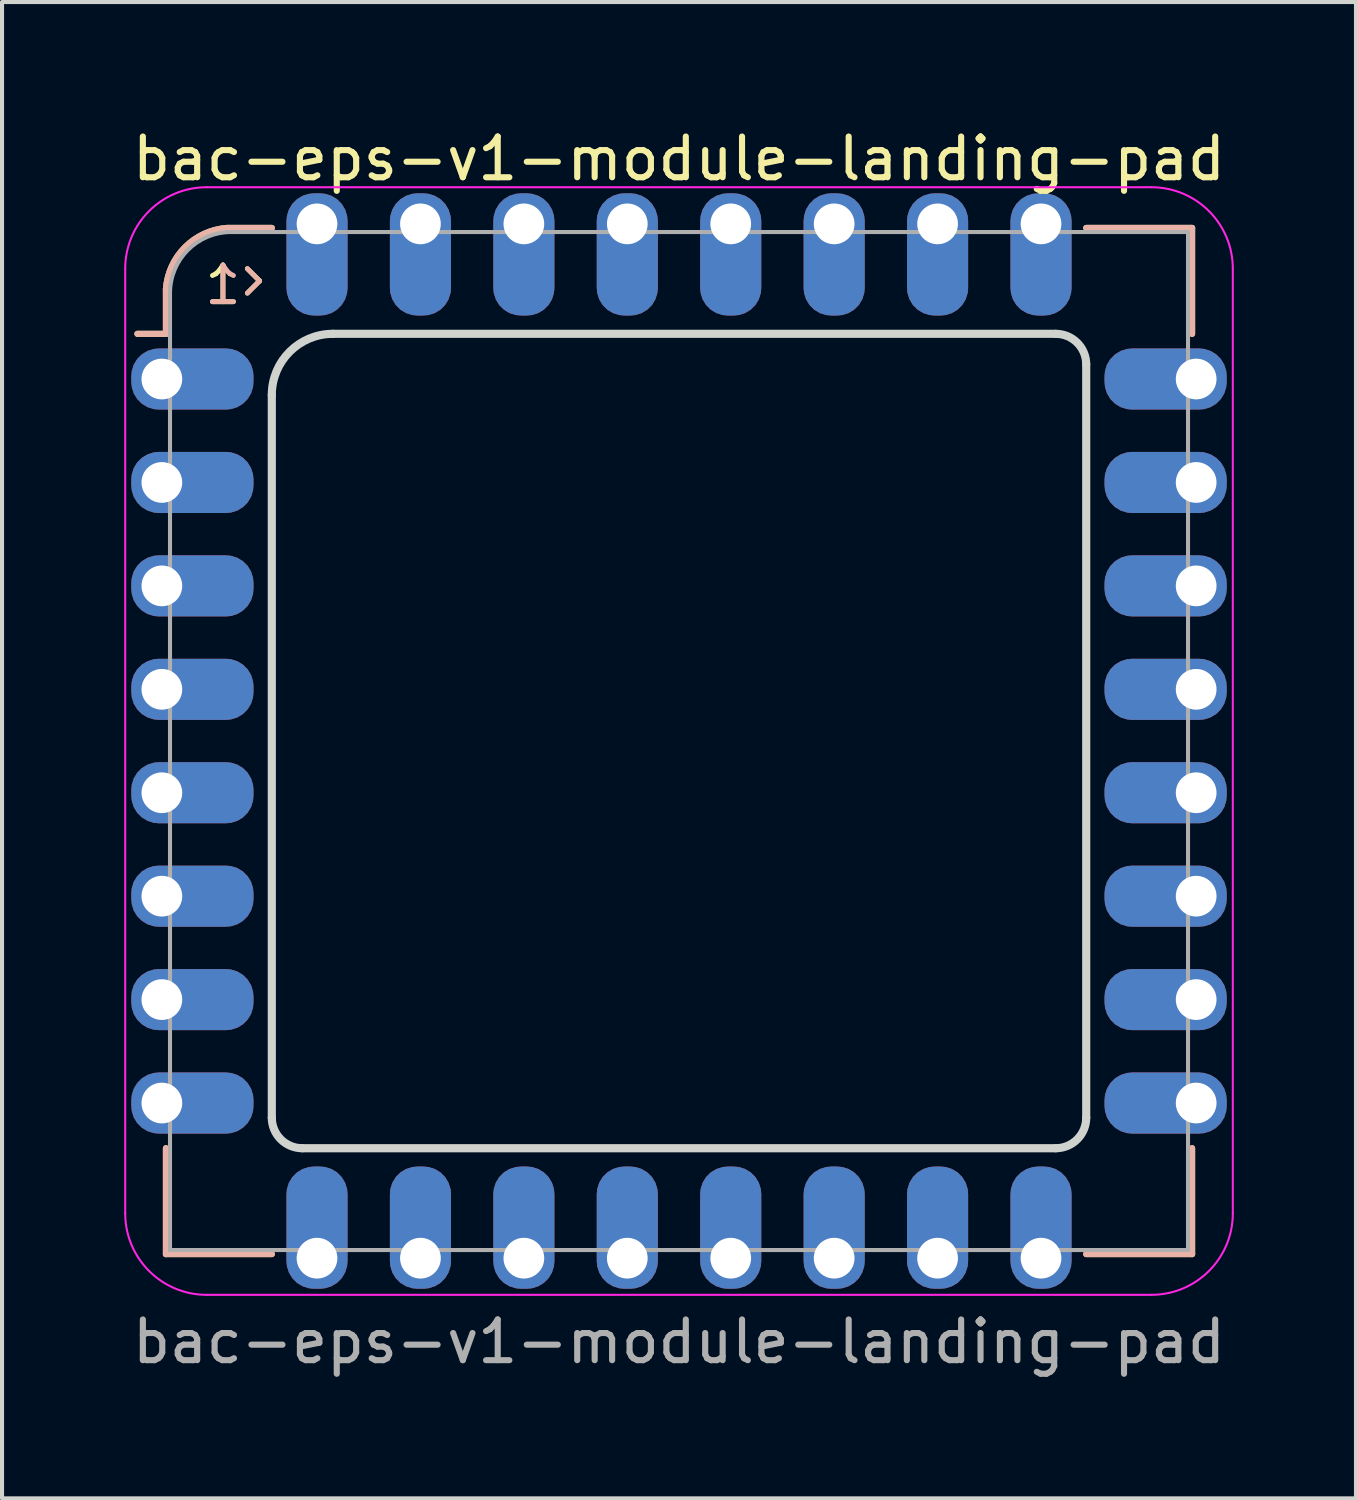
<source format=kicad_pcb>
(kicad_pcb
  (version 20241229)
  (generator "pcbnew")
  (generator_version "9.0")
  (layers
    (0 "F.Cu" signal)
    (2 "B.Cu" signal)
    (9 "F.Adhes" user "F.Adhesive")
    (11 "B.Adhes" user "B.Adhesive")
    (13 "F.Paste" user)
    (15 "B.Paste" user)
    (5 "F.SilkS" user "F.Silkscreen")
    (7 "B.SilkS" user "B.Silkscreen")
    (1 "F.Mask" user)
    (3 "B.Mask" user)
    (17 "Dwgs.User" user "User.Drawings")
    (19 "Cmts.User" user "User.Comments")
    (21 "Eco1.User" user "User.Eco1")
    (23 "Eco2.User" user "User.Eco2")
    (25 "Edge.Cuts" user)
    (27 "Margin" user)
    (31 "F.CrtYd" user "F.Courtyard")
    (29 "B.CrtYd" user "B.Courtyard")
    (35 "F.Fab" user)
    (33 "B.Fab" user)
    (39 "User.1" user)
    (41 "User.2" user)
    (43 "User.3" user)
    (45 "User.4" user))
  (footprint "bac-eps-v1-module-landing-pad"
    (layer "F.Cu")
    (at 13.625 15.148)
    (property "Reference" "bac-eps-v1-module-landing-pad" (at 0 -14.3 0) (unlocked yes) (layer "F.SilkS") (effects (font (size 1 1) (thickness 0.15))))
    (attr through_hole exclude_from_pos_files exclude_from_bom)
    (fp_line (start -12.6 -10) (end -13.3 -10) (stroke (width 0.15) (type solid)) (layer "F.SilkS"))
    (fp_line (start -12.6 -10) (end -12.6 -11.1) (stroke (width 0.15) (type solid)) (layer "F.SilkS"))
    (fp_line (start -12.6 12.6) (end -12.6 10) (stroke (width 0.15) (type solid)) (layer "F.SilkS"))
    (fp_line (start -11.1 -12.6) (end -10 -12.6) (stroke (width 0.15) (type solid)) (layer "F.SilkS"))
    (fp_line (start -10.6 -11) (end -10.3 -11.3) (stroke (width 0.12) (type solid)) (layer "F.SilkS"))
    (fp_line (start -10.3 -11.3) (end -10.6 -11.6) (stroke (width 0.12) (type solid)) (layer "F.SilkS"))
    (fp_line (start -10 12.6) (end -12.6 12.6) (stroke (width 0.15) (type solid)) (layer "F.SilkS"))
    (fp_line (start 10 -12.6) (end 12.6 -12.6) (stroke (width 0.15) (type solid)) (layer "F.SilkS"))
    (fp_line (start 12.6 -12.6) (end 12.6 -10) (stroke (width 0.15) (type solid)) (layer "F.SilkS"))
    (fp_line (start 12.6 10) (end 12.6 12.6) (stroke (width 0.15) (type solid)) (layer "F.SilkS"))
    (fp_line (start 12.6 12.6) (end 10 12.6) (stroke (width 0.15) (type solid)) (layer "F.SilkS"))
    (fp_arc (start -12.6 -11.1) (mid -12.129432 -12.129432) (end -11.1 -12.6) (stroke (width 0.15) (type solid)) (layer "F.SilkS"))
    (fp_line (start -12.6 -11.1) (end -12.6 -10) (stroke (width 0.15) (type solid)) (layer "B.SilkS"))
    (fp_line (start -12.6 -10) (end -13.3 -10) (stroke (width 0.15) (type solid)) (layer "B.SilkS"))
    (fp_line (start -12.6 10) (end -12.6 12.6) (stroke (width 0.15) (type solid)) (layer "B.SilkS"))
    (fp_line (start -11.1 -12.6) (end -10 -12.6) (stroke (width 0.15) (type solid)) (layer "B.SilkS"))
    (fp_line (start -10.6 -11) (end -10.3 -11.3) (stroke (width 0.12) (type solid)) (layer "B.SilkS"))
    (fp_line (start -10.3 -11.3) (end -10.6 -11.6) (stroke (width 0.12) (type solid)) (layer "B.SilkS"))
    (fp_line (start -10 12.6) (end -12.6 12.6) (stroke (width 0.15) (type solid)) (layer "B.SilkS"))
    (fp_line (start 10 -12.6) (end 12.6 -12.6) (stroke (width 0.15) (type solid)) (layer "B.SilkS"))
    (fp_line (start 12.6 -10) (end 12.6 -12.6) (stroke (width 0.15) (type solid)) (layer "B.SilkS"))
    (fp_line (start 12.6 12.6) (end 10 12.6) (stroke (width 0.15) (type solid)) (layer "B.SilkS"))
    (fp_line (start 12.6 12.6) (end 12.6 10) (stroke (width 0.15) (type solid)) (layer "B.SilkS"))
    (fp_arc (start -12.6 -11.1) (mid -12.129432 -12.129432) (end -11.1 -12.6) (stroke (width 0.15) (type solid)) (layer "B.SilkS"))
    (fp_line (start -10 9.25) (end -10 -8.5) (stroke (width 0.2) (type default)) (layer "Edge.Cuts"))
    (fp_line (start -8.5 -10) (end 9.25 -10) (stroke (width 0.2) (type default)) (layer "Edge.Cuts"))
    (fp_line (start 9.25 10) (end -9.25 10) (stroke (width 0.2) (type default)) (layer "Edge.Cuts"))
    (fp_line (start 10 -9.25) (end 10 9.25) (stroke (width 0.2) (type default)) (layer "Edge.Cuts"))
    (fp_arc (start -10 -8.5) (mid -9.56066 -9.56066) (end -8.5 -10) (stroke (width 0.2) (type default)) (layer "Edge.Cuts"))
    (fp_arc (start -9.25 10) (mid -9.78033 9.78033) (end -10 9.25) (stroke (width 0.2) (type default)) (layer "Edge.Cuts"))
    (fp_arc (start 9.25 -10) (mid 9.78033 -9.78033) (end 10 -9.25) (stroke (width 0.2) (type default)) (layer "Edge.Cuts"))
    (fp_arc (start 10 9.25) (mid 9.78033 9.78033) (end 9.25 10) (stroke (width 0.2) (type default)) (layer "Edge.Cuts"))
    (fp_line (start -13.6 11.6) (end -13.6 -11.6) (stroke (width 0.05) (type default)) (layer "F.CrtYd"))
    (fp_line (start -11.6 -13.6) (end 11.6 -13.6) (stroke (width 0.05) (type default)) (layer "F.CrtYd"))
    (fp_line (start 11.6 13.6) (end -11.6 13.6) (stroke (width 0.05) (type default)) (layer "F.CrtYd"))
    (fp_line (start 13.6 -11.6) (end 13.6 11.6) (stroke (width 0.05) (type default)) (layer "F.CrtYd"))
    (fp_arc (start -13.6 -11.6) (mid -13.014214 -13.014214) (end -11.6 -13.6) (stroke (width 0.05) (type default)) (layer "F.CrtYd"))
    (fp_arc (start -11.6 13.6) (mid -13.014214 13.014214) (end -13.6 11.6) (stroke (width 0.05) (type default)) (layer "F.CrtYd"))
    (fp_arc (start 11.6 -13.6) (mid 13.014214 -13.014214) (end 13.6 -11.6) (stroke (width 0.05) (type default)) (layer "F.CrtYd"))
    (fp_arc (start 13.6 11.6) (mid 13.014214 13.014214) (end 11.6 13.6) (stroke (width 0.05) (type default)) (layer "F.CrtYd"))
    (fp_line (start -12.5 12.5) (end -12.5 -11) (stroke (width 0.1) (type solid)) (layer "F.Fab"))
    (fp_line (start -11 -12.5) (end 12.5 -12.5) (stroke (width 0.1) (type solid)) (layer "F.Fab"))
    (fp_line (start 12.5 -12.5) (end 12.5 12.5) (stroke (width 0.1) (type solid)) (layer "F.Fab"))
    (fp_line (start 12.5 12.5) (end -12.5 12.5) (stroke (width 0.1) (type solid)) (layer "F.Fab"))
    (fp_arc (start -12.500003 -11.000003) (mid -12.060661 -12.060662) (end -11 -12.5) (stroke (width 0.1) (type solid)) (layer "F.Fab"))
    (fp_text user "1" (at -11.2 -11.2 0) (unlocked yes) (layer "F.SilkS") (effects (font (size 0.9 0.9) (thickness 0.12))))
    (fp_text user "1" (at -11.2 -11.2 0) (unlocked yes) (layer "B.SilkS") (effects (font (size 0.9 0.9) (thickness 0.12)) (justify mirror)))
    (fp_text user "${REFERENCE}" (at 0 14.75 0) (unlocked yes) (layer "F.Fab") (effects (font (size 1 1) (thickness 0.15))))
    (pad "1" thru_hole roundrect (at -8.89 -12.7 270) (size 3 1.5) (drill 1 (offset 0.75 0)) (layers "*.Cu" "*.Mask") (roundrect_rratio 0.45))
    (pad "2" thru_hole roundrect (at -6.35 -12.7 270) (size 3 1.5) (drill 1 (offset 0.75 0)) (layers "*.Cu" "*.Mask") (roundrect_rratio 0.45))
    (pad "3" thru_hole roundrect (at -3.81 -12.7 270) (size 3 1.5) (drill 1 (offset 0.75 0)) (layers "*.Cu" "*.Mask") (roundrect_rratio 0.45))
    (pad "4" thru_hole roundrect (at -1.27 -12.7 270) (size 3 1.5) (drill 1 (offset 0.75 0)) (layers "*.Cu" "*.Mask") (roundrect_rratio 0.45))
    (pad "5" thru_hole roundrect (at 1.27 -12.7 270) (size 3 1.5) (drill 1 (offset 0.75 0)) (layers "*.Cu" "*.Mask") (roundrect_rratio 0.45))
    (pad "6" thru_hole roundrect (at 3.81 -12.7 270) (size 3 1.5) (drill 1 (offset 0.75 0)) (layers "*.Cu" "*.Mask") (roundrect_rratio 0.45))
    (pad "7" thru_hole roundrect (at 6.35 -12.7 270) (size 3 1.5) (drill 1 (offset 0.75 0)) (layers "*.Cu" "*.Mask") (roundrect_rratio 0.45))
    (pad "8" thru_hole roundrect (at 8.89 -12.7 270) (size 3 1.5) (drill 1 (offset 0.75 0)) (layers "*.Cu" "*.Mask") (roundrect_rratio 0.45))
    (pad "9" thru_hole roundrect (at 12.7 -8.89 180) (size 3 1.5) (drill 1 (offset 0.75 0)) (layers "*.Cu" "*.Mask") (roundrect_rratio 0.45))
    (pad "10" thru_hole roundrect (at 12.7 -6.35 180) (size 3 1.5) (drill 1 (offset 0.75 0)) (layers "*.Cu" "*.Mask") (roundrect_rratio 0.45))
    (pad "11" thru_hole roundrect (at 12.7 -3.81 180) (size 3 1.5) (drill 1 (offset 0.75 0)) (layers "*.Cu" "*.Mask") (roundrect_rratio 0.45))
    (pad "12" thru_hole roundrect (at 12.7 -1.27 180) (size 3 1.5) (drill 1 (offset 0.75 0)) (layers "*.Cu" "*.Mask") (roundrect_rratio 0.45))
    (pad "13" thru_hole roundrect (at 12.7 1.27 180) (size 3 1.5) (drill 1 (offset 0.75 0)) (layers "*.Cu" "*.Mask") (roundrect_rratio 0.45))
    (pad "14" thru_hole roundrect (at 12.7 3.81 180) (size 3 1.5) (drill 1 (offset 0.75 0)) (layers "*.Cu" "*.Mask") (roundrect_rratio 0.45))
    (pad "15" thru_hole roundrect (at 12.7 6.35 180) (size 3 1.5) (drill 1 (offset 0.75 0)) (layers "*.Cu" "*.Mask") (roundrect_rratio 0.45))
    (pad "16" thru_hole roundrect (at 12.7 8.89 180) (size 3 1.5) (drill 1 (offset 0.75 0)) (layers "*.Cu" "*.Mask") (roundrect_rratio 0.45))
    (pad "17" thru_hole roundrect (at 8.89 12.7 90) (size 3 1.5) (drill 1 (offset 0.75 0)) (layers "*.Cu" "*.Mask") (roundrect_rratio 0.45))
    (pad "18" thru_hole roundrect (at 6.35 12.7 90) (size 3 1.5) (drill 1 (offset 0.75 0)) (layers "*.Cu" "*.Mask") (roundrect_rratio 0.45))
    (pad "19" thru_hole roundrect (at 3.81 12.7 90) (size 3 1.5) (drill 1 (offset 0.75 0)) (layers "*.Cu" "*.Mask") (roundrect_rratio 0.45))
    (pad "20" thru_hole roundrect (at 1.27 12.7 90) (size 3 1.5) (drill 1 (offset 0.75 0)) (layers "*.Cu" "*.Mask") (roundrect_rratio 0.45))
    (pad "21" thru_hole roundrect (at -1.27 12.7 90) (size 3 1.5) (drill 1 (offset 0.75 0)) (layers "*.Cu" "*.Mask") (roundrect_rratio 0.45))
    (pad "22" thru_hole roundrect (at -3.81 12.7 90) (size 3 1.5) (drill 1 (offset 0.75 0)) (layers "*.Cu" "*.Mask") (roundrect_rratio 0.45))
    (pad "23" thru_hole roundrect (at -6.35 12.7 90) (size 3 1.5) (drill 1 (offset 0.75 0)) (layers "*.Cu" "*.Mask") (roundrect_rratio 0.45))
    (pad "24" thru_hole roundrect (at -8.89 12.7 90) (size 3 1.5) (drill 1 (offset 0.75 0)) (layers "*.Cu" "*.Mask") (roundrect_rratio 0.45))
    (pad "25" thru_hole roundrect (at -12.7 8.89) (size 3 1.5) (drill 1 (offset 0.75 0)) (layers "*.Cu" "*.Mask") (roundrect_rratio 0.45))
    (pad "26" thru_hole roundrect (at -12.7 6.35) (size 3 1.5) (drill 1 (offset 0.75 0)) (layers "*.Cu" "*.Mask") (roundrect_rratio 0.45))
    (pad "27" thru_hole roundrect (at -12.7 3.81) (size 3 1.5) (drill 1 (offset 0.75 0)) (layers "*.Cu" "*.Mask") (roundrect_rratio 0.45))
    (pad "28" thru_hole roundrect (at -12.7 1.27) (size 3 1.5) (drill 1 (offset 0.75 0)) (layers "*.Cu" "*.Mask") (roundrect_rratio 0.45))
    (pad "29" thru_hole roundrect (at -12.7 -1.27) (size 3 1.5) (drill 1 (offset 0.75 0)) (layers "*.Cu" "*.Mask") (roundrect_rratio 0.45))
    (pad "30" thru_hole roundrect (at -12.7 -3.81) (size 3 1.5) (drill 1 (offset 0.75 0)) (layers "*.Cu" "*.Mask") (roundrect_rratio 0.45))
    (pad "31" thru_hole roundrect (at -12.7 -6.35) (size 3 1.5) (drill 1 (offset 0.75 0)) (layers "*.Cu" "*.Mask") (roundrect_rratio 0.45))
    (pad "32" thru_hole roundrect (at -12.7 -8.89) (size 3 1.5) (drill 1 (offset 0.75 0)) (layers "*.Cu" "*.Mask") (roundrect_rratio 0.45)))
  (gr_rect
    (start -3 -3)
    (end 30.25 33.746)
    (stroke (width 0.1) (type default))
    (fill no)
    (layer "Edge.Cuts")))
</source>
